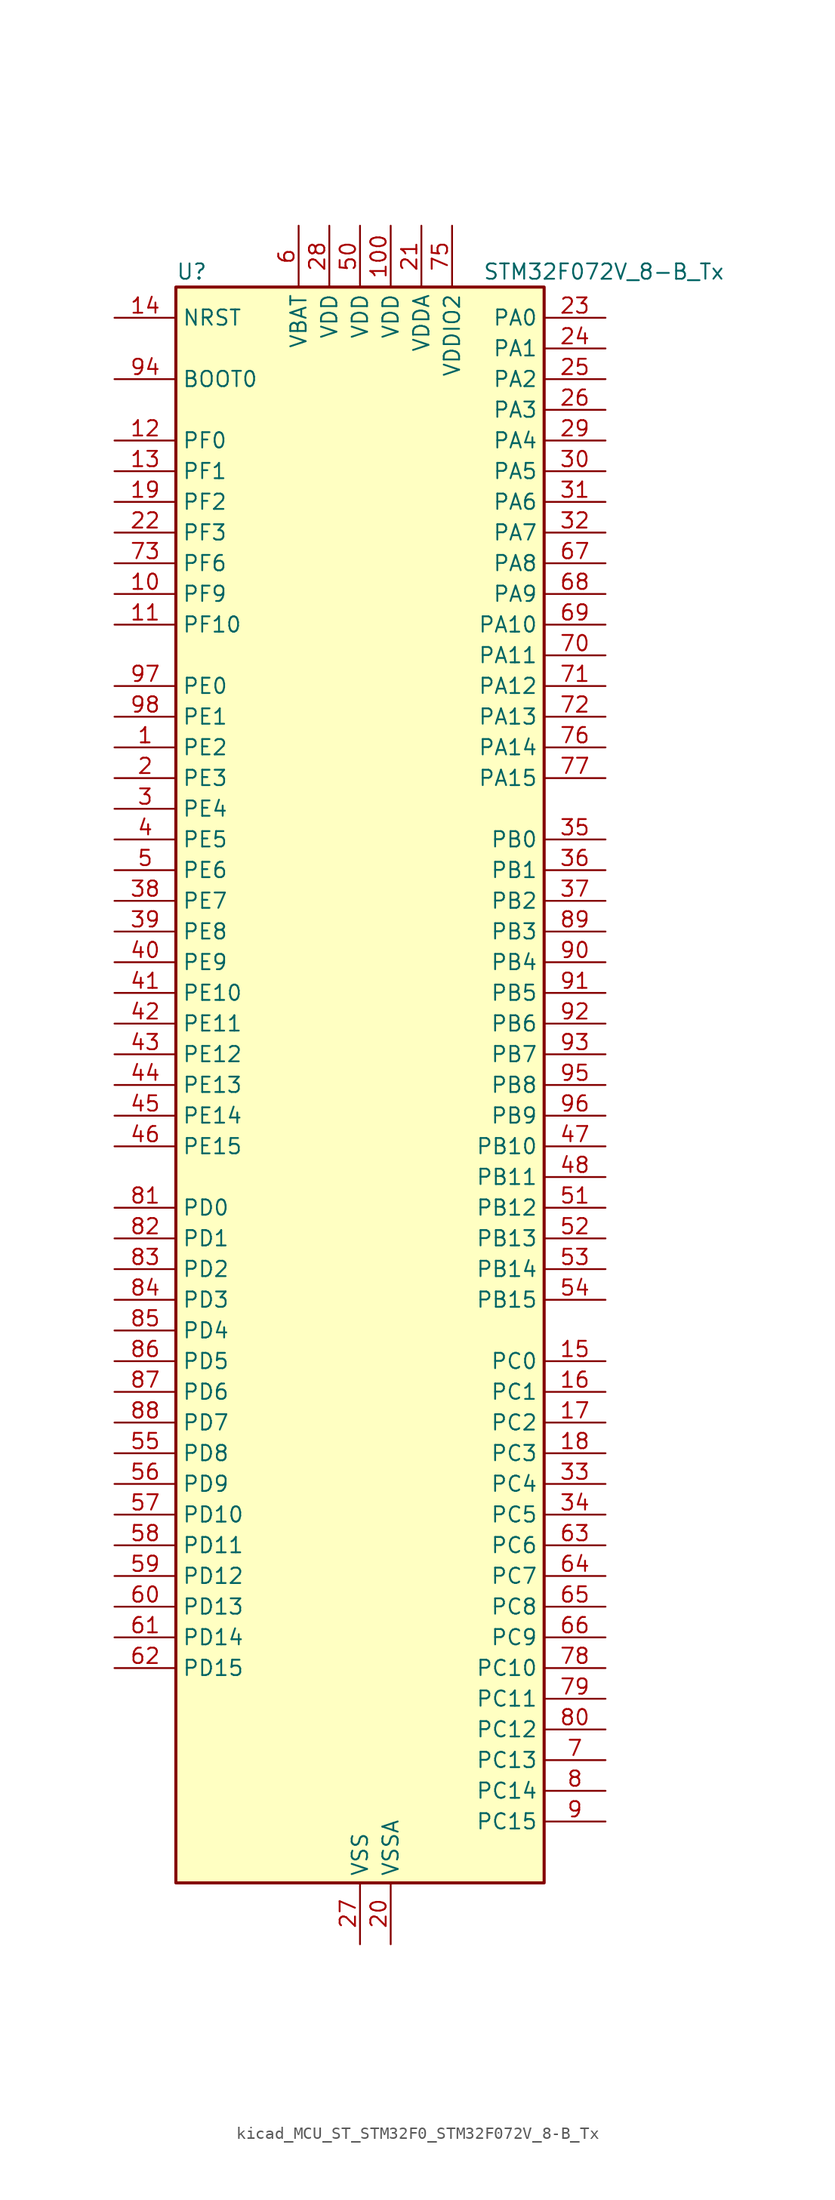
<source format=kicad_sym>
(kicad_symbol_lib
  (version 20220914)
  (generator kicad_symbol_editor)
  (symbol "kicad_MCU_ST_STM32F0_STM32F072V_8-B_Tx"
    (property "Reference" "U"
      (at -15.24 67.31 0)
      (effects (font (size 1.27 1.27)) (justify left)))
    (property "Value" "STM32F072V_8-B_Tx"
      (at 10.16 67.31 0)
      (effects (font (size 1.27 1.27)) (justify left)))
    (property "ki_locked" ""
      (at 0 0 0)
      (effects (font (size 1.27 1.27))))
    (symbol "kicad_MCU_ST_STM32F0_STM32F072V_8-B_Tx_0_1"
      (rectangle (start -15.24 -66.04) (end 15.24 66.04) (stroke (width 0.254) (type default)) (fill (type background))))
    (symbol "kicad_MCU_ST_STM32F0_STM32F072V_8-B_Tx_1_1"
      (pin bidirectional line (at -20.32 27.94 0) (length 5.08) (name "PE2" (effects (font (size 1.27 1.27)))) (number "1" (effects (font (size 1.27 1.27)))) (alternate "TIM3_ETR" bidirectional line) (alternate "TSC_G7_IO1" bidirectional line))
      (pin bidirectional line (at -20.32 40.64 0) (length 5.08) (name "PF9" (effects (font (size 1.27 1.27)))) (number "10" (effects (font (size 1.27 1.27)))) (alternate "DAC_EXTI9" bidirectional line) (alternate "TIM15_CH1" bidirectional line))
      (pin power_in line (at 2.54 71.12 270) (length 5.08) (name "VDD" (effects (font (size 1.27 1.27)))) (number "100" (effects (font (size 1.27 1.27)))))
      (pin bidirectional line (at -20.32 38.1 0) (length 5.08) (name "PF10" (effects (font (size 1.27 1.27)))) (number "11" (effects (font (size 1.27 1.27)))) (alternate "TIM15_CH2" bidirectional line))
      (pin bidirectional line (at -20.32 53.34 0) (length 5.08) (name "PF0" (effects (font (size 1.27 1.27)))) (number "12" (effects (font (size 1.27 1.27)))) (alternate "CRS_SYNC" bidirectional line) (alternate "RCC_OSC_IN" bidirectional line))
      (pin bidirectional line (at -20.32 50.8 0) (length 5.08) (name "PF1" (effects (font (size 1.27 1.27)))) (number "13" (effects (font (size 1.27 1.27)))) (alternate "RCC_OSC_OUT" bidirectional line))
      (pin input line (at -20.32 63.5 0) (length 5.08) (name "NRST" (effects (font (size 1.27 1.27)))) (number "14" (effects (font (size 1.27 1.27)))))
      (pin bidirectional line (at 20.32 -22.86 180) (length 5.08) (name "PC0" (effects (font (size 1.27 1.27)))) (number "15" (effects (font (size 1.27 1.27)))) (alternate "ADC_IN10" bidirectional line))
      (pin bidirectional line (at 20.32 -25.4 180) (length 5.08) (name "PC1" (effects (font (size 1.27 1.27)))) (number "16" (effects (font (size 1.27 1.27)))) (alternate "ADC_IN11" bidirectional line))
      (pin bidirectional line (at 20.32 -27.94 180) (length 5.08) (name "PC2" (effects (font (size 1.27 1.27)))) (number "17" (effects (font (size 1.27 1.27)))) (alternate "ADC_IN12" bidirectional line) (alternate "I2S2_MCK" bidirectional line) (alternate "SPI2_MISO" bidirectional line))
      (pin bidirectional line (at 20.32 -30.48 180) (length 5.08) (name "PC3" (effects (font (size 1.27 1.27)))) (number "18" (effects (font (size 1.27 1.27)))) (alternate "ADC_IN13" bidirectional line) (alternate "I2S2_SD" bidirectional line) (alternate "SPI2_MOSI" bidirectional line))
      (pin bidirectional line (at -20.32 48.26 0) (length 5.08) (name "PF2" (effects (font (size 1.27 1.27)))) (number "19" (effects (font (size 1.27 1.27)))) (alternate "SYS_WKUP8" bidirectional line))
      (pin bidirectional line (at -20.32 25.4 0) (length 5.08) (name "PE3" (effects (font (size 1.27 1.27)))) (number "2" (effects (font (size 1.27 1.27)))) (alternate "TIM3_CH1" bidirectional line) (alternate "TSC_G7_IO2" bidirectional line))
      (pin power_in line (at 2.54 -71.12 90) (length 5.08) (name "VSSA" (effects (font (size 1.27 1.27)))) (number "20" (effects (font (size 1.27 1.27)))))
      (pin power_in line (at 5.08 71.12 270) (length 5.08) (name "VDDA" (effects (font (size 1.27 1.27)))) (number "21" (effects (font (size 1.27 1.27)))))
      (pin bidirectional line (at -20.32 45.72 0) (length 5.08) (name "PF3" (effects (font (size 1.27 1.27)))) (number "22" (effects (font (size 1.27 1.27)))))
      (pin bidirectional line (at 20.32 63.5 180) (length 5.08) (name "PA0" (effects (font (size 1.27 1.27)))) (number "23" (effects (font (size 1.27 1.27)))) (alternate "ADC_IN0" bidirectional line) (alternate "COMP1_INM" bidirectional line) (alternate "COMP1_OUT" bidirectional line) (alternate "RTC_TAMP2" bidirectional line) (alternate "SYS_WKUP1" bidirectional line) (alternate "TIM2_CH1" bidirectional line) (alternate "TIM2_ETR" bidirectional line) (alternate "TSC_G1_IO1" bidirectional line) (alternate "USART2_CTS" bidirectional line) (alternate "USART4_TX" bidirectional line))
      (pin bidirectional line (at 20.32 60.96 180) (length 5.08) (name "PA1" (effects (font (size 1.27 1.27)))) (number "24" (effects (font (size 1.27 1.27)))) (alternate "ADC_IN1" bidirectional line) (alternate "COMP1_INP" bidirectional line) (alternate "TIM15_CH1N" bidirectional line) (alternate "TIM2_CH2" bidirectional line) (alternate "TSC_G1_IO2" bidirectional line) (alternate "USART2_DE" bidirectional line) (alternate "USART2_RTS" bidirectional line) (alternate "USART4_RX" bidirectional line))
      (pin bidirectional line (at 20.32 58.42 180) (length 5.08) (name "PA2" (effects (font (size 1.27 1.27)))) (number "25" (effects (font (size 1.27 1.27)))) (alternate "ADC_IN2" bidirectional line) (alternate "COMP2_INM" bidirectional line) (alternate "COMP2_OUT" bidirectional line) (alternate "SYS_WKUP4" bidirectional line) (alternate "TIM15_CH1" bidirectional line) (alternate "TIM2_CH3" bidirectional line) (alternate "TSC_G1_IO3" bidirectional line) (alternate "USART2_TX" bidirectional line))
      (pin bidirectional line (at 20.32 55.88 180) (length 5.08) (name "PA3" (effects (font (size 1.27 1.27)))) (number "26" (effects (font (size 1.27 1.27)))) (alternate "ADC_IN3" bidirectional line) (alternate "COMP2_INP" bidirectional line) (alternate "TIM15_CH2" bidirectional line) (alternate "TIM2_CH4" bidirectional line) (alternate "TSC_G1_IO4" bidirectional line) (alternate "USART2_RX" bidirectional line))
      (pin power_in line (at 0 -71.12 90) (length 5.08) (name "VSS" (effects (font (size 1.27 1.27)))) (number "27" (effects (font (size 1.27 1.27)))))
      (pin power_in line (at -2.54 71.12 270) (length 5.08) (name "VDD" (effects (font (size 1.27 1.27)))) (number "28" (effects (font (size 1.27 1.27)))))
      (pin bidirectional line (at 20.32 53.34 180) (length 5.08) (name "PA4" (effects (font (size 1.27 1.27)))) (number "29" (effects (font (size 1.27 1.27)))) (alternate "ADC_IN4" bidirectional line) (alternate "COMP1_INM" bidirectional line) (alternate "COMP2_INM" bidirectional line) (alternate "DAC_OUT1" bidirectional line) (alternate "I2S1_WS" bidirectional line) (alternate "SPI1_NSS" bidirectional line) (alternate "TIM14_CH1" bidirectional line) (alternate "TSC_G2_IO1" bidirectional line) (alternate "USART2_CK" bidirectional line))
      (pin bidirectional line (at -20.32 22.86 0) (length 5.08) (name "PE4" (effects (font (size 1.27 1.27)))) (number "3" (effects (font (size 1.27 1.27)))) (alternate "TIM3_CH2" bidirectional line) (alternate "TSC_G7_IO3" bidirectional line))
      (pin bidirectional line (at 20.32 50.8 180) (length 5.08) (name "PA5" (effects (font (size 1.27 1.27)))) (number "30" (effects (font (size 1.27 1.27)))) (alternate "ADC_IN5" bidirectional line) (alternate "CEC" bidirectional line) (alternate "COMP1_INM" bidirectional line) (alternate "COMP2_INM" bidirectional line) (alternate "DAC_OUT2" bidirectional line) (alternate "I2S1_CK" bidirectional line) (alternate "SPI1_SCK" bidirectional line) (alternate "TIM2_CH1" bidirectional line) (alternate "TIM2_ETR" bidirectional line) (alternate "TSC_G2_IO2" bidirectional line))
      (pin bidirectional line (at 20.32 48.26 180) (length 5.08) (name "PA6" (effects (font (size 1.27 1.27)))) (number "31" (effects (font (size 1.27 1.27)))) (alternate "ADC_IN6" bidirectional line) (alternate "COMP1_OUT" bidirectional line) (alternate "I2S1_MCK" bidirectional line) (alternate "SPI1_MISO" bidirectional line) (alternate "TIM16_CH1" bidirectional line) (alternate "TIM1_BKIN" bidirectional line) (alternate "TIM3_CH1" bidirectional line) (alternate "TSC_G2_IO3" bidirectional line) (alternate "USART3_CTS" bidirectional line))
      (pin bidirectional line (at 20.32 45.72 180) (length 5.08) (name "PA7" (effects (font (size 1.27 1.27)))) (number "32" (effects (font (size 1.27 1.27)))) (alternate "ADC_IN7" bidirectional line) (alternate "COMP2_OUT" bidirectional line) (alternate "I2S1_SD" bidirectional line) (alternate "SPI1_MOSI" bidirectional line) (alternate "TIM14_CH1" bidirectional line) (alternate "TIM17_CH1" bidirectional line) (alternate "TIM1_CH1N" bidirectional line) (alternate "TIM3_CH2" bidirectional line) (alternate "TSC_G2_IO4" bidirectional line))
      (pin bidirectional line (at 20.32 -33.02 180) (length 5.08) (name "PC4" (effects (font (size 1.27 1.27)))) (number "33" (effects (font (size 1.27 1.27)))) (alternate "ADC_IN14" bidirectional line) (alternate "USART3_TX" bidirectional line))
      (pin bidirectional line (at 20.32 -35.56 180) (length 5.08) (name "PC5" (effects (font (size 1.27 1.27)))) (number "34" (effects (font (size 1.27 1.27)))) (alternate "ADC_IN15" bidirectional line) (alternate "SYS_WKUP5" bidirectional line) (alternate "TSC_G3_IO1" bidirectional line) (alternate "USART3_RX" bidirectional line))
      (pin bidirectional line (at 20.32 20.32 180) (length 5.08) (name "PB0" (effects (font (size 1.27 1.27)))) (number "35" (effects (font (size 1.27 1.27)))) (alternate "ADC_IN8" bidirectional line) (alternate "TIM1_CH2N" bidirectional line) (alternate "TIM3_CH3" bidirectional line) (alternate "TSC_G3_IO2" bidirectional line) (alternate "USART3_CK" bidirectional line))
      (pin bidirectional line (at 20.32 17.78 180) (length 5.08) (name "PB1" (effects (font (size 1.27 1.27)))) (number "36" (effects (font (size 1.27 1.27)))) (alternate "ADC_IN9" bidirectional line) (alternate "TIM14_CH1" bidirectional line) (alternate "TIM1_CH3N" bidirectional line) (alternate "TIM3_CH4" bidirectional line) (alternate "TSC_G3_IO3" bidirectional line) (alternate "USART3_DE" bidirectional line) (alternate "USART3_RTS" bidirectional line))
      (pin bidirectional line (at 20.32 15.24 180) (length 5.08) (name "PB2" (effects (font (size 1.27 1.27)))) (number "37" (effects (font (size 1.27 1.27)))) (alternate "TSC_G3_IO4" bidirectional line))
      (pin bidirectional line (at -20.32 15.24 0) (length 5.08) (name "PE7" (effects (font (size 1.27 1.27)))) (number "38" (effects (font (size 1.27 1.27)))) (alternate "TIM1_ETR" bidirectional line))
      (pin bidirectional line (at -20.32 12.7 0) (length 5.08) (name "PE8" (effects (font (size 1.27 1.27)))) (number "39" (effects (font (size 1.27 1.27)))) (alternate "TIM1_CH1N" bidirectional line))
      (pin bidirectional line (at -20.32 20.32 0) (length 5.08) (name "PE5" (effects (font (size 1.27 1.27)))) (number "4" (effects (font (size 1.27 1.27)))) (alternate "TIM3_CH3" bidirectional line) (alternate "TSC_G7_IO4" bidirectional line))
      (pin bidirectional line (at -20.32 10.16 0) (length 5.08) (name "PE9" (effects (font (size 1.27 1.27)))) (number "40" (effects (font (size 1.27 1.27)))) (alternate "DAC_EXTI9" bidirectional line) (alternate "TIM1_CH1" bidirectional line))
      (pin bidirectional line (at -20.32 7.62 0) (length 5.08) (name "PE10" (effects (font (size 1.27 1.27)))) (number "41" (effects (font (size 1.27 1.27)))) (alternate "TIM1_CH2N" bidirectional line))
      (pin bidirectional line (at -20.32 5.08 0) (length 5.08) (name "PE11" (effects (font (size 1.27 1.27)))) (number "42" (effects (font (size 1.27 1.27)))) (alternate "TIM1_CH2" bidirectional line))
      (pin bidirectional line (at -20.32 2.54 0) (length 5.08) (name "PE12" (effects (font (size 1.27 1.27)))) (number "43" (effects (font (size 1.27 1.27)))) (alternate "I2S1_WS" bidirectional line) (alternate "SPI1_NSS" bidirectional line) (alternate "TIM1_CH3N" bidirectional line))
      (pin bidirectional line (at -20.32 0 0) (length 5.08) (name "PE13" (effects (font (size 1.27 1.27)))) (number "44" (effects (font (size 1.27 1.27)))) (alternate "I2S1_CK" bidirectional line) (alternate "SPI1_SCK" bidirectional line) (alternate "TIM1_CH3" bidirectional line))
      (pin bidirectional line (at -20.32 -2.54 0) (length 5.08) (name "PE14" (effects (font (size 1.27 1.27)))) (number "45" (effects (font (size 1.27 1.27)))) (alternate "I2S1_MCK" bidirectional line) (alternate "SPI1_MISO" bidirectional line) (alternate "TIM1_CH4" bidirectional line))
      (pin bidirectional line (at -20.32 -5.08 0) (length 5.08) (name "PE15" (effects (font (size 1.27 1.27)))) (number "46" (effects (font (size 1.27 1.27)))) (alternate "I2S1_SD" bidirectional line) (alternate "SPI1_MOSI" bidirectional line) (alternate "TIM1_BKIN" bidirectional line))
      (pin bidirectional line (at 20.32 -5.08 180) (length 5.08) (name "PB10" (effects (font (size 1.27 1.27)))) (number "47" (effects (font (size 1.27 1.27)))) (alternate "CEC" bidirectional line) (alternate "I2C2_SCL" bidirectional line) (alternate "I2S2_CK" bidirectional line) (alternate "SPI2_SCK" bidirectional line) (alternate "TIM2_CH3" bidirectional line) (alternate "TSC_SYNC" bidirectional line) (alternate "USART3_TX" bidirectional line))
      (pin bidirectional line (at 20.32 -7.62 180) (length 5.08) (name "PB11" (effects (font (size 1.27 1.27)))) (number "48" (effects (font (size 1.27 1.27)))) (alternate "I2C2_SDA" bidirectional line) (alternate "TIM2_CH4" bidirectional line) (alternate "TSC_G6_IO1" bidirectional line) (alternate "USART3_RX" bidirectional line))
      (pin passive line (at 0 -71.12 90) (length 5.08) hide (name "VSS" (effects (font (size 1.27 1.27)))) (number "49" (effects (font (size 1.27 1.27)))))
      (pin bidirectional line (at -20.32 17.78 0) (length 5.08) (name "PE6" (effects (font (size 1.27 1.27)))) (number "5" (effects (font (size 1.27 1.27)))) (alternate "RTC_TAMP3" bidirectional line) (alternate "SYS_WKUP3" bidirectional line) (alternate "TIM3_CH4" bidirectional line))
      (pin power_in line (at 0 71.12 270) (length 5.08) (name "VDD" (effects (font (size 1.27 1.27)))) (number "50" (effects (font (size 1.27 1.27)))))
      (pin bidirectional line (at 20.32 -10.16 180) (length 5.08) (name "PB12" (effects (font (size 1.27 1.27)))) (number "51" (effects (font (size 1.27 1.27)))) (alternate "I2S2_WS" bidirectional line) (alternate "SPI2_NSS" bidirectional line) (alternate "TIM15_BKIN" bidirectional line) (alternate "TIM1_BKIN" bidirectional line) (alternate "TSC_G6_IO2" bidirectional line) (alternate "USART3_CK" bidirectional line))
      (pin bidirectional line (at 20.32 -12.7 180) (length 5.08) (name "PB13" (effects (font (size 1.27 1.27)))) (number "52" (effects (font (size 1.27 1.27)))) (alternate "I2C2_SCL" bidirectional line) (alternate "I2S2_CK" bidirectional line) (alternate "SPI2_SCK" bidirectional line) (alternate "TIM1_CH1N" bidirectional line) (alternate "TSC_G6_IO3" bidirectional line) (alternate "USART3_CTS" bidirectional line))
      (pin bidirectional line (at 20.32 -15.24 180) (length 5.08) (name "PB14" (effects (font (size 1.27 1.27)))) (number "53" (effects (font (size 1.27 1.27)))) (alternate "I2C2_SDA" bidirectional line) (alternate "I2S2_MCK" bidirectional line) (alternate "SPI2_MISO" bidirectional line) (alternate "TIM15_CH1" bidirectional line) (alternate "TIM1_CH2N" bidirectional line) (alternate "TSC_G6_IO4" bidirectional line) (alternate "USART3_DE" bidirectional line) (alternate "USART3_RTS" bidirectional line))
      (pin bidirectional line (at 20.32 -17.78 180) (length 5.08) (name "PB15" (effects (font (size 1.27 1.27)))) (number "54" (effects (font (size 1.27 1.27)))) (alternate "I2S2_SD" bidirectional line) (alternate "RTC_REFIN" bidirectional line) (alternate "SPI2_MOSI" bidirectional line) (alternate "SYS_WKUP7" bidirectional line) (alternate "TIM15_CH1N" bidirectional line) (alternate "TIM15_CH2" bidirectional line) (alternate "TIM1_CH3N" bidirectional line))
      (pin bidirectional line (at -20.32 -30.48 0) (length 5.08) (name "PD8" (effects (font (size 1.27 1.27)))) (number "55" (effects (font (size 1.27 1.27)))) (alternate "USART3_TX" bidirectional line))
      (pin bidirectional line (at -20.32 -33.02 0) (length 5.08) (name "PD9" (effects (font (size 1.27 1.27)))) (number "56" (effects (font (size 1.27 1.27)))) (alternate "DAC_EXTI9" bidirectional line) (alternate "USART3_RX" bidirectional line))
      (pin bidirectional line (at -20.32 -35.56 0) (length 5.08) (name "PD10" (effects (font (size 1.27 1.27)))) (number "57" (effects (font (size 1.27 1.27)))) (alternate "USART3_CK" bidirectional line))
      (pin bidirectional line (at -20.32 -38.1 0) (length 5.08) (name "PD11" (effects (font (size 1.27 1.27)))) (number "58" (effects (font (size 1.27 1.27)))) (alternate "USART3_CTS" bidirectional line))
      (pin bidirectional line (at -20.32 -40.64 0) (length 5.08) (name "PD12" (effects (font (size 1.27 1.27)))) (number "59" (effects (font (size 1.27 1.27)))) (alternate "TSC_G8_IO1" bidirectional line) (alternate "USART3_DE" bidirectional line) (alternate "USART3_RTS" bidirectional line))
      (pin power_in line (at -5.08 71.12 270) (length 5.08) (name "VBAT" (effects (font (size 1.27 1.27)))) (number "6" (effects (font (size 1.27 1.27)))))
      (pin bidirectional line (at -20.32 -43.18 0) (length 5.08) (name "PD13" (effects (font (size 1.27 1.27)))) (number "60" (effects (font (size 1.27 1.27)))) (alternate "TSC_G8_IO2" bidirectional line))
      (pin bidirectional line (at -20.32 -45.72 0) (length 5.08) (name "PD14" (effects (font (size 1.27 1.27)))) (number "61" (effects (font (size 1.27 1.27)))) (alternate "TSC_G8_IO3" bidirectional line))
      (pin bidirectional line (at -20.32 -48.26 0) (length 5.08) (name "PD15" (effects (font (size 1.27 1.27)))) (number "62" (effects (font (size 1.27 1.27)))) (alternate "CRS_SYNC" bidirectional line) (alternate "TSC_G8_IO4" bidirectional line))
      (pin bidirectional line (at 20.32 -38.1 180) (length 5.08) (name "PC6" (effects (font (size 1.27 1.27)))) (number "63" (effects (font (size 1.27 1.27)))) (alternate "TIM3_CH1" bidirectional line))
      (pin bidirectional line (at 20.32 -40.64 180) (length 5.08) (name "PC7" (effects (font (size 1.27 1.27)))) (number "64" (effects (font (size 1.27 1.27)))) (alternate "TIM3_CH2" bidirectional line))
      (pin bidirectional line (at 20.32 -43.18 180) (length 5.08) (name "PC8" (effects (font (size 1.27 1.27)))) (number "65" (effects (font (size 1.27 1.27)))) (alternate "TIM3_CH3" bidirectional line))
      (pin bidirectional line (at 20.32 -45.72 180) (length 5.08) (name "PC9" (effects (font (size 1.27 1.27)))) (number "66" (effects (font (size 1.27 1.27)))) (alternate "DAC_EXTI9" bidirectional line) (alternate "TIM3_CH4" bidirectional line))
      (pin bidirectional line (at 20.32 43.18 180) (length 5.08) (name "PA8" (effects (font (size 1.27 1.27)))) (number "67" (effects (font (size 1.27 1.27)))) (alternate "CRS_SYNC" bidirectional line) (alternate "RCC_MCO" bidirectional line) (alternate "TIM1_CH1" bidirectional line) (alternate "USART1_CK" bidirectional line))
      (pin bidirectional line (at 20.32 40.64 180) (length 5.08) (name "PA9" (effects (font (size 1.27 1.27)))) (number "68" (effects (font (size 1.27 1.27)))) (alternate "DAC_EXTI9" bidirectional line) (alternate "TIM15_BKIN" bidirectional line) (alternate "TIM1_CH2" bidirectional line) (alternate "TSC_G4_IO1" bidirectional line) (alternate "USART1_TX" bidirectional line))
      (pin bidirectional line (at 20.32 38.1 180) (length 5.08) (name "PA10" (effects (font (size 1.27 1.27)))) (number "69" (effects (font (size 1.27 1.27)))) (alternate "TIM17_BKIN" bidirectional line) (alternate "TIM1_CH3" bidirectional line) (alternate "TSC_G4_IO2" bidirectional line) (alternate "USART1_RX" bidirectional line))
      (pin bidirectional line (at 20.32 -55.88 180) (length 5.08) (name "PC13" (effects (font (size 1.27 1.27)))) (number "7" (effects (font (size 1.27 1.27)))) (alternate "RTC_OUT_ALARM" bidirectional line) (alternate "RTC_OUT_CALIB" bidirectional line) (alternate "RTC_TAMP1" bidirectional line) (alternate "RTC_TS" bidirectional line) (alternate "SYS_WKUP2" bidirectional line))
      (pin bidirectional line (at 20.32 35.56 180) (length 5.08) (name "PA11" (effects (font (size 1.27 1.27)))) (number "70" (effects (font (size 1.27 1.27)))) (alternate "CAN_RX" bidirectional line) (alternate "COMP1_OUT" bidirectional line) (alternate "TIM1_CH4" bidirectional line) (alternate "TSC_G4_IO3" bidirectional line) (alternate "USART1_CTS" bidirectional line) (alternate "USB_DM" bidirectional line))
      (pin bidirectional line (at 20.32 33.02 180) (length 5.08) (name "PA12" (effects (font (size 1.27 1.27)))) (number "71" (effects (font (size 1.27 1.27)))) (alternate "CAN_TX" bidirectional line) (alternate "COMP2_OUT" bidirectional line) (alternate "TIM1_ETR" bidirectional line) (alternate "TSC_G4_IO4" bidirectional line) (alternate "USART1_DE" bidirectional line) (alternate "USART1_RTS" bidirectional line) (alternate "USB_DP" bidirectional line))
      (pin bidirectional line (at 20.32 30.48 180) (length 5.08) (name "PA13" (effects (font (size 1.27 1.27)))) (number "72" (effects (font (size 1.27 1.27)))) (alternate "IR_OUT" bidirectional line) (alternate "SYS_SWDIO" bidirectional line) (alternate "USB_NOE" bidirectional line))
      (pin bidirectional line (at -20.32 43.18 0) (length 5.08) (name "PF6" (effects (font (size 1.27 1.27)))) (number "73" (effects (font (size 1.27 1.27)))))
      (pin passive line (at 0 -71.12 90) (length 5.08) hide (name "VSS" (effects (font (size 1.27 1.27)))) (number "74" (effects (font (size 1.27 1.27)))))
      (pin power_in line (at 7.62 71.12 270) (length 5.08) (name "VDDIO2" (effects (font (size 1.27 1.27)))) (number "75" (effects (font (size 1.27 1.27)))))
      (pin bidirectional line (at 20.32 27.94 180) (length 5.08) (name "PA14" (effects (font (size 1.27 1.27)))) (number "76" (effects (font (size 1.27 1.27)))) (alternate "SYS_SWCLK" bidirectional line) (alternate "USART2_TX" bidirectional line))
      (pin bidirectional line (at 20.32 25.4 180) (length 5.08) (name "PA15" (effects (font (size 1.27 1.27)))) (number "77" (effects (font (size 1.27 1.27)))) (alternate "I2S1_WS" bidirectional line) (alternate "SPI1_NSS" bidirectional line) (alternate "TIM2_CH1" bidirectional line) (alternate "TIM2_ETR" bidirectional line) (alternate "USART2_RX" bidirectional line) (alternate "USART4_DE" bidirectional line) (alternate "USART4_RTS" bidirectional line))
      (pin bidirectional line (at 20.32 -48.26 180) (length 5.08) (name "PC10" (effects (font (size 1.27 1.27)))) (number "78" (effects (font (size 1.27 1.27)))) (alternate "USART3_TX" bidirectional line) (alternate "USART4_TX" bidirectional line))
      (pin bidirectional line (at 20.32 -50.8 180) (length 5.08) (name "PC11" (effects (font (size 1.27 1.27)))) (number "79" (effects (font (size 1.27 1.27)))) (alternate "USART3_RX" bidirectional line) (alternate "USART4_RX" bidirectional line))
      (pin bidirectional line (at 20.32 -58.42 180) (length 5.08) (name "PC14" (effects (font (size 1.27 1.27)))) (number "8" (effects (font (size 1.27 1.27)))) (alternate "RCC_OSC32_IN" bidirectional line))
      (pin bidirectional line (at 20.32 -53.34 180) (length 5.08) (name "PC12" (effects (font (size 1.27 1.27)))) (number "80" (effects (font (size 1.27 1.27)))) (alternate "USART3_CK" bidirectional line) (alternate "USART4_CK" bidirectional line))
      (pin bidirectional line (at -20.32 -10.16 0) (length 5.08) (name "PD0" (effects (font (size 1.27 1.27)))) (number "81" (effects (font (size 1.27 1.27)))) (alternate "CAN_RX" bidirectional line) (alternate "I2S2_WS" bidirectional line) (alternate "SPI2_NSS" bidirectional line))
      (pin bidirectional line (at -20.32 -12.7 0) (length 5.08) (name "PD1" (effects (font (size 1.27 1.27)))) (number "82" (effects (font (size 1.27 1.27)))) (alternate "CAN_TX" bidirectional line) (alternate "I2S2_CK" bidirectional line) (alternate "SPI2_SCK" bidirectional line))
      (pin bidirectional line (at -20.32 -15.24 0) (length 5.08) (name "PD2" (effects (font (size 1.27 1.27)))) (number "83" (effects (font (size 1.27 1.27)))) (alternate "TIM3_ETR" bidirectional line) (alternate "USART3_DE" bidirectional line) (alternate "USART3_RTS" bidirectional line))
      (pin bidirectional line (at -20.32 -17.78 0) (length 5.08) (name "PD3" (effects (font (size 1.27 1.27)))) (number "84" (effects (font (size 1.27 1.27)))) (alternate "I2S2_MCK" bidirectional line) (alternate "SPI2_MISO" bidirectional line) (alternate "USART2_CTS" bidirectional line))
      (pin bidirectional line (at -20.32 -20.32 0) (length 5.08) (name "PD4" (effects (font (size 1.27 1.27)))) (number "85" (effects (font (size 1.27 1.27)))) (alternate "I2S2_SD" bidirectional line) (alternate "SPI2_MOSI" bidirectional line) (alternate "USART2_DE" bidirectional line) (alternate "USART2_RTS" bidirectional line))
      (pin bidirectional line (at -20.32 -22.86 0) (length 5.08) (name "PD5" (effects (font (size 1.27 1.27)))) (number "86" (effects (font (size 1.27 1.27)))) (alternate "USART2_TX" bidirectional line))
      (pin bidirectional line (at -20.32 -25.4 0) (length 5.08) (name "PD6" (effects (font (size 1.27 1.27)))) (number "87" (effects (font (size 1.27 1.27)))) (alternate "USART2_RX" bidirectional line))
      (pin bidirectional line (at -20.32 -27.94 0) (length 5.08) (name "PD7" (effects (font (size 1.27 1.27)))) (number "88" (effects (font (size 1.27 1.27)))) (alternate "USART2_CK" bidirectional line))
      (pin bidirectional line (at 20.32 12.7 180) (length 5.08) (name "PB3" (effects (font (size 1.27 1.27)))) (number "89" (effects (font (size 1.27 1.27)))) (alternate "I2S1_CK" bidirectional line) (alternate "SPI1_SCK" bidirectional line) (alternate "TIM2_CH2" bidirectional line) (alternate "TSC_G5_IO1" bidirectional line))
      (pin bidirectional line (at 20.32 -60.96 180) (length 5.08) (name "PC15" (effects (font (size 1.27 1.27)))) (number "9" (effects (font (size 1.27 1.27)))) (alternate "RCC_OSC32_OUT" bidirectional line))
      (pin bidirectional line (at 20.32 10.16 180) (length 5.08) (name "PB4" (effects (font (size 1.27 1.27)))) (number "90" (effects (font (size 1.27 1.27)))) (alternate "I2S1_MCK" bidirectional line) (alternate "SPI1_MISO" bidirectional line) (alternate "TIM17_BKIN" bidirectional line) (alternate "TIM3_CH1" bidirectional line) (alternate "TSC_G5_IO2" bidirectional line))
      (pin bidirectional line (at 20.32 7.62 180) (length 5.08) (name "PB5" (effects (font (size 1.27 1.27)))) (number "91" (effects (font (size 1.27 1.27)))) (alternate "I2C1_SMBA" bidirectional line) (alternate "I2S1_SD" bidirectional line) (alternate "SPI1_MOSI" bidirectional line) (alternate "SYS_WKUP6" bidirectional line) (alternate "TIM16_BKIN" bidirectional line) (alternate "TIM3_CH2" bidirectional line))
      (pin bidirectional line (at 20.32 5.08 180) (length 5.08) (name "PB6" (effects (font (size 1.27 1.27)))) (number "92" (effects (font (size 1.27 1.27)))) (alternate "I2C1_SCL" bidirectional line) (alternate "TIM16_CH1N" bidirectional line) (alternate "TSC_G5_IO3" bidirectional line) (alternate "USART1_TX" bidirectional line))
      (pin bidirectional line (at 20.32 2.54 180) (length 5.08) (name "PB7" (effects (font (size 1.27 1.27)))) (number "93" (effects (font (size 1.27 1.27)))) (alternate "I2C1_SDA" bidirectional line) (alternate "TIM17_CH1N" bidirectional line) (alternate "TSC_G5_IO4" bidirectional line) (alternate "USART1_RX" bidirectional line) (alternate "USART4_CTS" bidirectional line))
      (pin input line (at -20.32 58.42 0) (length 5.08) (name "BOOT0" (effects (font (size 1.27 1.27)))) (number "94" (effects (font (size 1.27 1.27)))))
      (pin bidirectional line (at 20.32 0 180) (length 5.08) (name "PB8" (effects (font (size 1.27 1.27)))) (number "95" (effects (font (size 1.27 1.27)))) (alternate "CAN_RX" bidirectional line) (alternate "CEC" bidirectional line) (alternate "I2C1_SCL" bidirectional line) (alternate "TIM16_CH1" bidirectional line) (alternate "TSC_SYNC" bidirectional line))
      (pin bidirectional line (at 20.32 -2.54 180) (length 5.08) (name "PB9" (effects (font (size 1.27 1.27)))) (number "96" (effects (font (size 1.27 1.27)))) (alternate "CAN_TX" bidirectional line) (alternate "DAC_EXTI9" bidirectional line) (alternate "I2C1_SDA" bidirectional line) (alternate "I2S2_WS" bidirectional line) (alternate "IR_OUT" bidirectional line) (alternate "SPI2_NSS" bidirectional line) (alternate "TIM17_CH1" bidirectional line))
      (pin bidirectional line (at -20.32 33.02 0) (length 5.08) (name "PE0" (effects (font (size 1.27 1.27)))) (number "97" (effects (font (size 1.27 1.27)))) (alternate "TIM16_CH1" bidirectional line))
      (pin bidirectional line (at -20.32 30.48 0) (length 5.08) (name "PE1" (effects (font (size 1.27 1.27)))) (number "98" (effects (font (size 1.27 1.27)))) (alternate "TIM17_CH1" bidirectional line))
      (pin passive line (at 0 -71.12 90) (length 5.08) hide (name "VSS" (effects (font (size 1.27 1.27)))) (number "99" (effects (font (size 1.27 1.27))))))))
</source>
